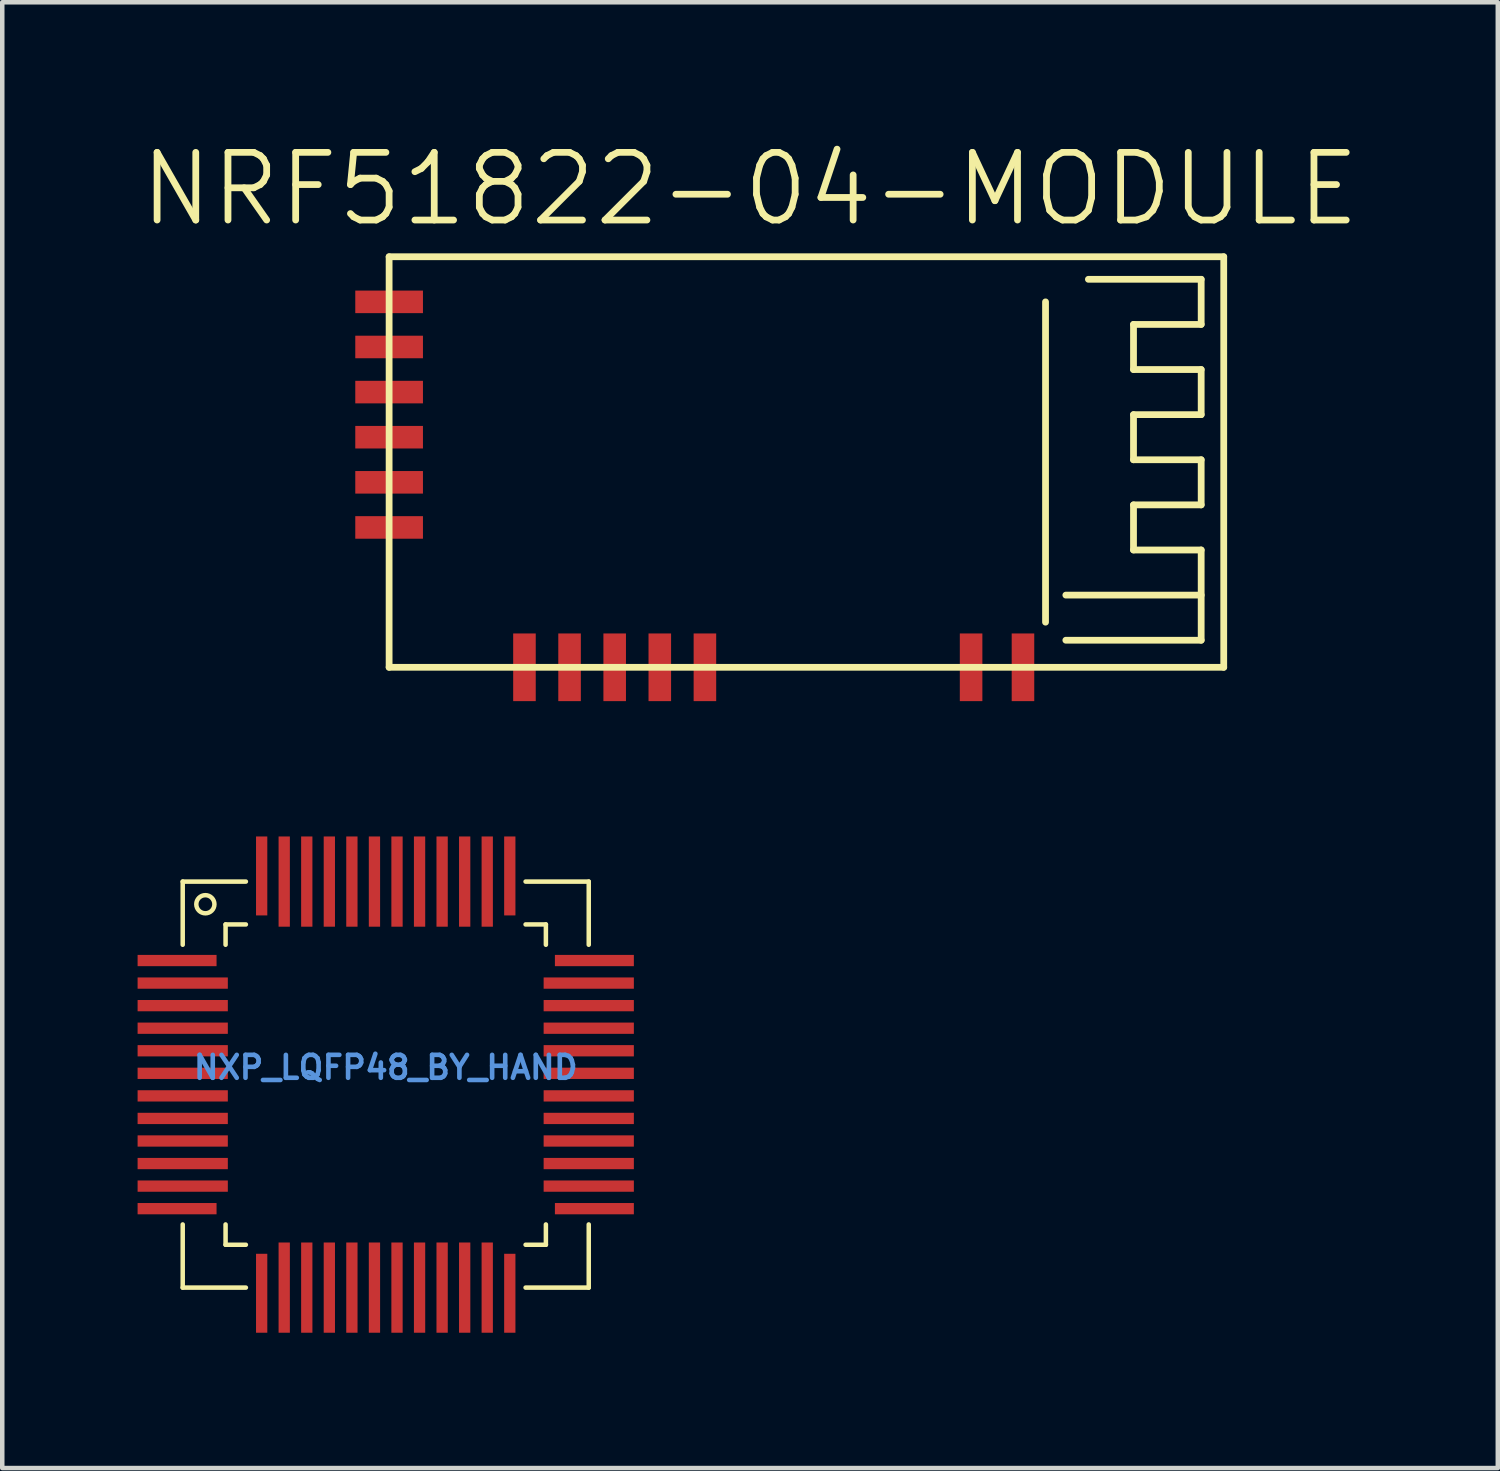
<source format=kicad_pcb>
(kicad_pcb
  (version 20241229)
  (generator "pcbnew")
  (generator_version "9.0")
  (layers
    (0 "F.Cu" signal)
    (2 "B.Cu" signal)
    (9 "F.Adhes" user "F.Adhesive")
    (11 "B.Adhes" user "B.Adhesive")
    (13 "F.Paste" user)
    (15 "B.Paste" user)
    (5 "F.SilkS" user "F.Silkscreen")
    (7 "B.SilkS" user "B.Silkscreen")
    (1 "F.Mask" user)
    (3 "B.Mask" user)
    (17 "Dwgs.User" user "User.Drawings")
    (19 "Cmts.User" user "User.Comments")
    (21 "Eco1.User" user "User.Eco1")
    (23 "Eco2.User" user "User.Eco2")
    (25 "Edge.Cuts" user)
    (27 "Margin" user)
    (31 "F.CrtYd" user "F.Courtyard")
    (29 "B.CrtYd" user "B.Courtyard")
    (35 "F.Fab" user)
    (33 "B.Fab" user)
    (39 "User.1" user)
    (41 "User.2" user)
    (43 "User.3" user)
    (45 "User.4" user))
  (footprint "NRF51822-04-MODULE"
    (layer "F.Cu")
    (at 5.575 2.641)
    (property "Reference" "NRF51822-04-MODULE" (at 8 -1.5 0) (layer "F.SilkS") (effects (font (size 1.5 1.5) (thickness 0.15))))
    (attr through_hole)
    (fp_line (start 0 0) (end 18.5 0) (stroke (width 0.15) (type solid)) (layer "F.SilkS"))
    (fp_line (start 0 9.1) (end 0 0) (stroke (width 0.15) (type solid)) (layer "F.SilkS"))
    (fp_line (start 14.55 1) (end 14.55 8.1) (stroke (width 0.15) (type solid)) (layer "F.SilkS"))
    (fp_line (start 15.5 0.5) (end 18 0.5) (stroke (width 0.15) (type solid)) (layer "F.SilkS"))
    (fp_line (start 16.5 1.5) (end 16.5 2.5) (stroke (width 0.15) (type solid)) (layer "F.SilkS"))
    (fp_line (start 16.5 2.5) (end 18 2.5) (stroke (width 0.15) (type solid)) (layer "F.SilkS"))
    (fp_line (start 16.5 3.5) (end 16.5 4.5) (stroke (width 0.15) (type solid)) (layer "F.SilkS"))
    (fp_line (start 16.5 4.5) (end 18 4.5) (stroke (width 0.15) (type solid)) (layer "F.SilkS"))
    (fp_line (start 16.5 5.5) (end 16.5 6.5) (stroke (width 0.15) (type solid)) (layer "F.SilkS"))
    (fp_line (start 16.5 6.5) (end 18 6.5) (stroke (width 0.15) (type solid)) (layer "F.SilkS"))
    (fp_line (start 18 0.5) (end 18 1.5) (stroke (width 0.15) (type solid)) (layer "F.SilkS"))
    (fp_line (start 18 1.5) (end 16.5 1.5) (stroke (width 0.15) (type solid)) (layer "F.SilkS"))
    (fp_line (start 18 2.5) (end 18 3.5) (stroke (width 0.15) (type solid)) (layer "F.SilkS"))
    (fp_line (start 18 3.5) (end 16.5 3.5) (stroke (width 0.15) (type solid)) (layer "F.SilkS"))
    (fp_line (start 18 4.5) (end 18 5.5) (stroke (width 0.15) (type solid)) (layer "F.SilkS"))
    (fp_line (start 18 5.5) (end 16.5 5.5) (stroke (width 0.15) (type solid)) (layer "F.SilkS"))
    (fp_line (start 18 6.5) (end 18 8.5) (stroke (width 0.15) (type solid)) (layer "F.SilkS"))
    (fp_line (start 18 7.5) (end 15 7.5) (stroke (width 0.15) (type solid)) (layer "F.SilkS"))
    (fp_line (start 18 8.5) (end 15 8.5) (stroke (width 0.15) (type solid)) (layer "F.SilkS"))
    (fp_line (start 18.5 0) (end 18.5 9.1) (stroke (width 0.15) (type solid)) (layer "F.SilkS"))
    (fp_line (start 18.5 9.1) (end 0 9.1) (stroke (width 0.15) (type solid)) (layer "F.SilkS"))
    (pad "1" smd rect (at 0 1) (size 1.5 0.5) (layers "F.Cu" "F.Mask" "F.Paste"))
    (pad "2" smd rect (at 0 2) (size 1.5 0.5) (layers "F.Cu" "F.Mask" "F.Paste"))
    (pad "3" smd rect (at 0 3) (size 1.5 0.5) (layers "F.Cu" "F.Mask" "F.Paste"))
    (pad "4" smd rect (at 0 4) (size 1.5 0.5) (layers "F.Cu" "F.Mask" "F.Paste"))
    (pad "5" smd rect (at 0 5) (size 1.5 0.5) (layers "F.Cu" "F.Mask" "F.Paste"))
    (pad "6" smd rect (at 0 6) (size 1.5 0.5) (layers "F.Cu" "F.Mask" "F.Paste"))
    (pad "7" smd rect (at 3 9.1) (size 0.5 1.5) (layers "F.Cu" "F.Mask" "F.Paste"))
    (pad "8" smd rect (at 4 9.1) (size 0.5 1.5) (layers "F.Cu" "F.Mask" "F.Paste"))
    (pad "9" smd rect (at 5 9.1) (size 0.5 1.5) (layers "F.Cu" "F.Mask" "F.Paste"))
    (pad "10" smd rect (at 6 9.1) (size 0.5 1.5) (layers "F.Cu" "F.Mask" "F.Paste"))
    (pad "11" smd rect (at 7 9.1) (size 0.5 1.5) (layers "F.Cu" "F.Mask" "F.Paste"))
    (pad "12" smd rect (at 12.9 9.1) (size 0.5 1.5) (layers "F.Cu" "F.Mask" "F.Paste"))
    (pad "13" smd rect (at 14.05 9.1) (size 0.5 1.5) (layers "F.Cu" "F.Mask" "F.Paste")))
  (footprint "NXP_LQFP48_BY_HAND"
    (layer "F.Cu")
    (at 5.5 20.991)
    (property "Reference" "NXP_LQFP48_BY_HAND" (at 0 -0.381 0) (layer "Cmts.User") (effects (font (size 0.508 0.508) (thickness 0.102))))
    (attr smd)
    (fp_line (start -4.5 -4.5) (end -3.1 -4.5) (stroke (width 0.1) (type solid)) (layer "F.SilkS"))
    (fp_line (start -4.5 -3.1) (end -4.5 -4.5) (stroke (width 0.1) (type solid)) (layer "F.SilkS"))
    (fp_line (start -4.5 4.5) (end -4.5 3.1) (stroke (width 0.1) (type solid)) (layer "F.SilkS"))
    (fp_line (start -3.55 -3.55) (end -3.55 -3.1) (stroke (width 0.1) (type solid)) (layer "F.SilkS"))
    (fp_line (start -3.55 3.1) (end -3.55 3.55) (stroke (width 0.1) (type solid)) (layer "F.SilkS"))
    (fp_line (start -3.55 3.55) (end -3.1 3.55) (stroke (width 0.1) (type solid)) (layer "F.SilkS"))
    (fp_line (start -3.1 -3.55) (end -3.55 -3.55) (stroke (width 0.1) (type solid)) (layer "F.SilkS"))
    (fp_line (start -3.1 4.5) (end -4.5 4.5) (stroke (width 0.1) (type solid)) (layer "F.SilkS"))
    (fp_line (start 3.1 -4.5) (end 4.5 -4.5) (stroke (width 0.1) (type solid)) (layer "F.SilkS"))
    (fp_line (start 3.1 -3.55) (end 3.55 -3.55) (stroke (width 0.1) (type solid)) (layer "F.SilkS"))
    (fp_line (start 3.1 3.55) (end 3.55 3.55) (stroke (width 0.1) (type solid)) (layer "F.SilkS"))
    (fp_line (start 3.55 -3.55) (end 3.55 -3.1) (stroke (width 0.1) (type solid)) (layer "F.SilkS"))
    (fp_line (start 3.55 3.55) (end 3.55 3.1) (stroke (width 0.1) (type solid)) (layer "F.SilkS"))
    (fp_line (start 4.5 -4.5) (end 4.5 -3.1) (stroke (width 0.1) (type solid)) (layer "F.SilkS"))
    (fp_line (start 4.5 3.1) (end 4.5 4.5) (stroke (width 0.1) (type solid)) (layer "F.SilkS"))
    (fp_line (start 4.5 4.5) (end 3.1 4.5) (stroke (width 0.1) (type solid)) (layer "F.SilkS"))
    (fp_circle (center -3.998 -3.998) (end -3.998 -4.199) (stroke (width 0.099) (type solid)) (fill no) (layer "F.SilkS"))
    (pad "1" smd rect (at -4.625 -2.75) (size 1.75 0.25) (layers "F.Cu" "F.Mask" "F.Paste"))
    (pad "2" smd rect (at -4.5 -2.25) (size 2 0.25) (layers "F.Cu" "F.Mask" "F.Paste"))
    (pad "3" smd rect (at -4.5 -1.75) (size 2 0.25) (layers "F.Cu" "F.Mask" "F.Paste"))
    (pad "4" smd rect (at -4.5 -1.25) (size 2 0.25) (layers "F.Cu" "F.Mask" "F.Paste"))
    (pad "5" smd rect (at -4.5 -0.75) (size 2 0.25) (layers "F.Cu" "F.Mask" "F.Paste"))
    (pad "6" smd rect (at -4.5 -0.25) (size 2 0.25) (layers "F.Cu" "F.Mask" "F.Paste"))
    (pad "7" smd rect (at -4.5 0.25) (size 2 0.25) (layers "F.Cu" "F.Mask" "F.Paste"))
    (pad "8" smd rect (at -4.5 0.75) (size 2 0.25) (layers "F.Cu" "F.Mask" "F.Paste"))
    (pad "9" smd rect (at -4.5 1.25) (size 2 0.25) (layers "F.Cu" "F.Mask" "F.Paste"))
    (pad "10" smd rect (at -4.5 1.75) (size 2 0.25) (layers "F.Cu" "F.Mask" "F.Paste"))
    (pad "11" smd rect (at -4.5 2.25) (size 2 0.25) (layers "F.Cu" "F.Mask" "F.Paste"))
    (pad "12" smd rect (at -4.625 2.75) (size 1.75 0.25) (layers "F.Cu" "F.Mask" "F.Paste"))
    (pad "13" smd rect (at -2.75 4.625) (size 0.25 1.75) (layers "F.Cu" "F.Mask" "F.Paste"))
    (pad "14" smd rect (at -2.25 4.5) (size 0.25 2) (layers "F.Cu" "F.Mask" "F.Paste"))
    (pad "15" smd rect (at -1.75 4.5) (size 0.25 2) (layers "F.Cu" "F.Mask" "F.Paste"))
    (pad "16" smd rect (at -1.25 4.5) (size 0.25 2) (layers "F.Cu" "F.Mask" "F.Paste"))
    (pad "17" smd rect (at -0.75 4.5) (size 0.25 2) (layers "F.Cu" "F.Mask" "F.Paste"))
    (pad "18" smd rect (at -0.25 4.5) (size 0.25 2) (layers "F.Cu" "F.Mask" "F.Paste"))
    (pad "19" smd rect (at 0.25 4.5) (size 0.25 2) (layers "F.Cu" "F.Mask" "F.Paste"))
    (pad "20" smd rect (at 0.75 4.5) (size 0.25 2) (layers "F.Cu" "F.Mask" "F.Paste"))
    (pad "21" smd rect (at 1.25 4.5) (size 0.25 2) (layers "F.Cu" "F.Mask" "F.Paste"))
    (pad "22" smd rect (at 1.75 4.5) (size 0.25 2) (layers "F.Cu" "F.Mask" "F.Paste"))
    (pad "23" smd rect (at 2.25 4.5) (size 0.25 2) (layers "F.Cu" "F.Mask" "F.Paste"))
    (pad "24" smd rect (at 2.75 4.625) (size 0.25 1.75) (layers "F.Cu" "F.Mask" "F.Paste"))
    (pad "25" smd rect (at 4.625 2.75) (size 1.75 0.25) (layers "F.Cu" "F.Mask" "F.Paste"))
    (pad "26" smd rect (at 4.5 2.25) (size 2 0.25) (layers "F.Cu" "F.Mask" "F.Paste"))
    (pad "27" smd rect (at 4.5 1.75) (size 2 0.25) (layers "F.Cu" "F.Mask" "F.Paste"))
    (pad "28" smd rect (at 4.5 1.25) (size 2 0.25) (layers "F.Cu" "F.Mask" "F.Paste"))
    (pad "29" smd rect (at 4.5 0.75) (size 2 0.25) (layers "F.Cu" "F.Mask" "F.Paste"))
    (pad "30" smd rect (at 4.5 0.25) (size 2 0.25) (layers "F.Cu" "F.Mask" "F.Paste"))
    (pad "31" smd rect (at 4.5 -0.25) (size 2 0.25) (layers "F.Cu" "F.Mask" "F.Paste"))
    (pad "32" smd rect (at 4.5 -0.75) (size 2 0.25) (layers "F.Cu" "F.Mask" "F.Paste"))
    (pad "33" smd rect (at 4.5 -1.25) (size 2 0.25) (layers "F.Cu" "F.Mask" "F.Paste"))
    (pad "34" smd rect (at 4.5 -1.75) (size 2 0.25) (layers "F.Cu" "F.Mask" "F.Paste"))
    (pad "35" smd rect (at 4.5 -2.25) (size 2 0.25) (layers "F.Cu" "F.Mask" "F.Paste"))
    (pad "36" smd rect (at 4.625 -2.75) (size 1.75 0.25) (layers "F.Cu" "F.Mask" "F.Paste"))
    (pad "37" smd rect (at 2.75 -4.625) (size 0.25 1.75) (layers "F.Cu" "F.Mask" "F.Paste"))
    (pad "38" smd rect (at 2.25 -4.5) (size 0.25 2) (layers "F.Cu" "F.Mask" "F.Paste"))
    (pad "39" smd rect (at 1.75 -4.5) (size 0.25 2) (layers "F.Cu" "F.Mask" "F.Paste"))
    (pad "40" smd rect (at 1.25 -4.5) (size 0.25 2) (layers "F.Cu" "F.Mask" "F.Paste"))
    (pad "41" smd rect (at 0.75 -4.5) (size 0.25 2) (layers "F.Cu" "F.Mask" "F.Paste"))
    (pad "42" smd rect (at 0.25 -4.5) (size 0.25 2) (layers "F.Cu" "F.Mask" "F.Paste"))
    (pad "43" smd rect (at -0.25 -4.5) (size 0.25 2) (layers "F.Cu" "F.Mask" "F.Paste"))
    (pad "44" smd rect (at -0.75 -4.5) (size 0.25 2) (layers "F.Cu" "F.Mask" "F.Paste"))
    (pad "45" smd rect (at -1.25 -4.5) (size 0.25 2) (layers "F.Cu" "F.Mask" "F.Paste"))
    (pad "46" smd rect (at -1.75 -4.5) (size 0.25 2) (layers "F.Cu" "F.Mask" "F.Paste"))
    (pad "47" smd rect (at -2.25 -4.5) (size 0.25 2) (layers "F.Cu" "F.Mask" "F.Paste"))
    (pad "48" smd rect (at -2.75 -4.625) (size 0.25 1.75) (layers "F.Cu" "F.Mask" "F.Paste")))
  (gr_rect
    (start -3 -3)
    (end 30.15 29.491)
    (stroke (width 0.1) (type default))
    (fill no)
    (layer "Edge.Cuts")))
</source>
